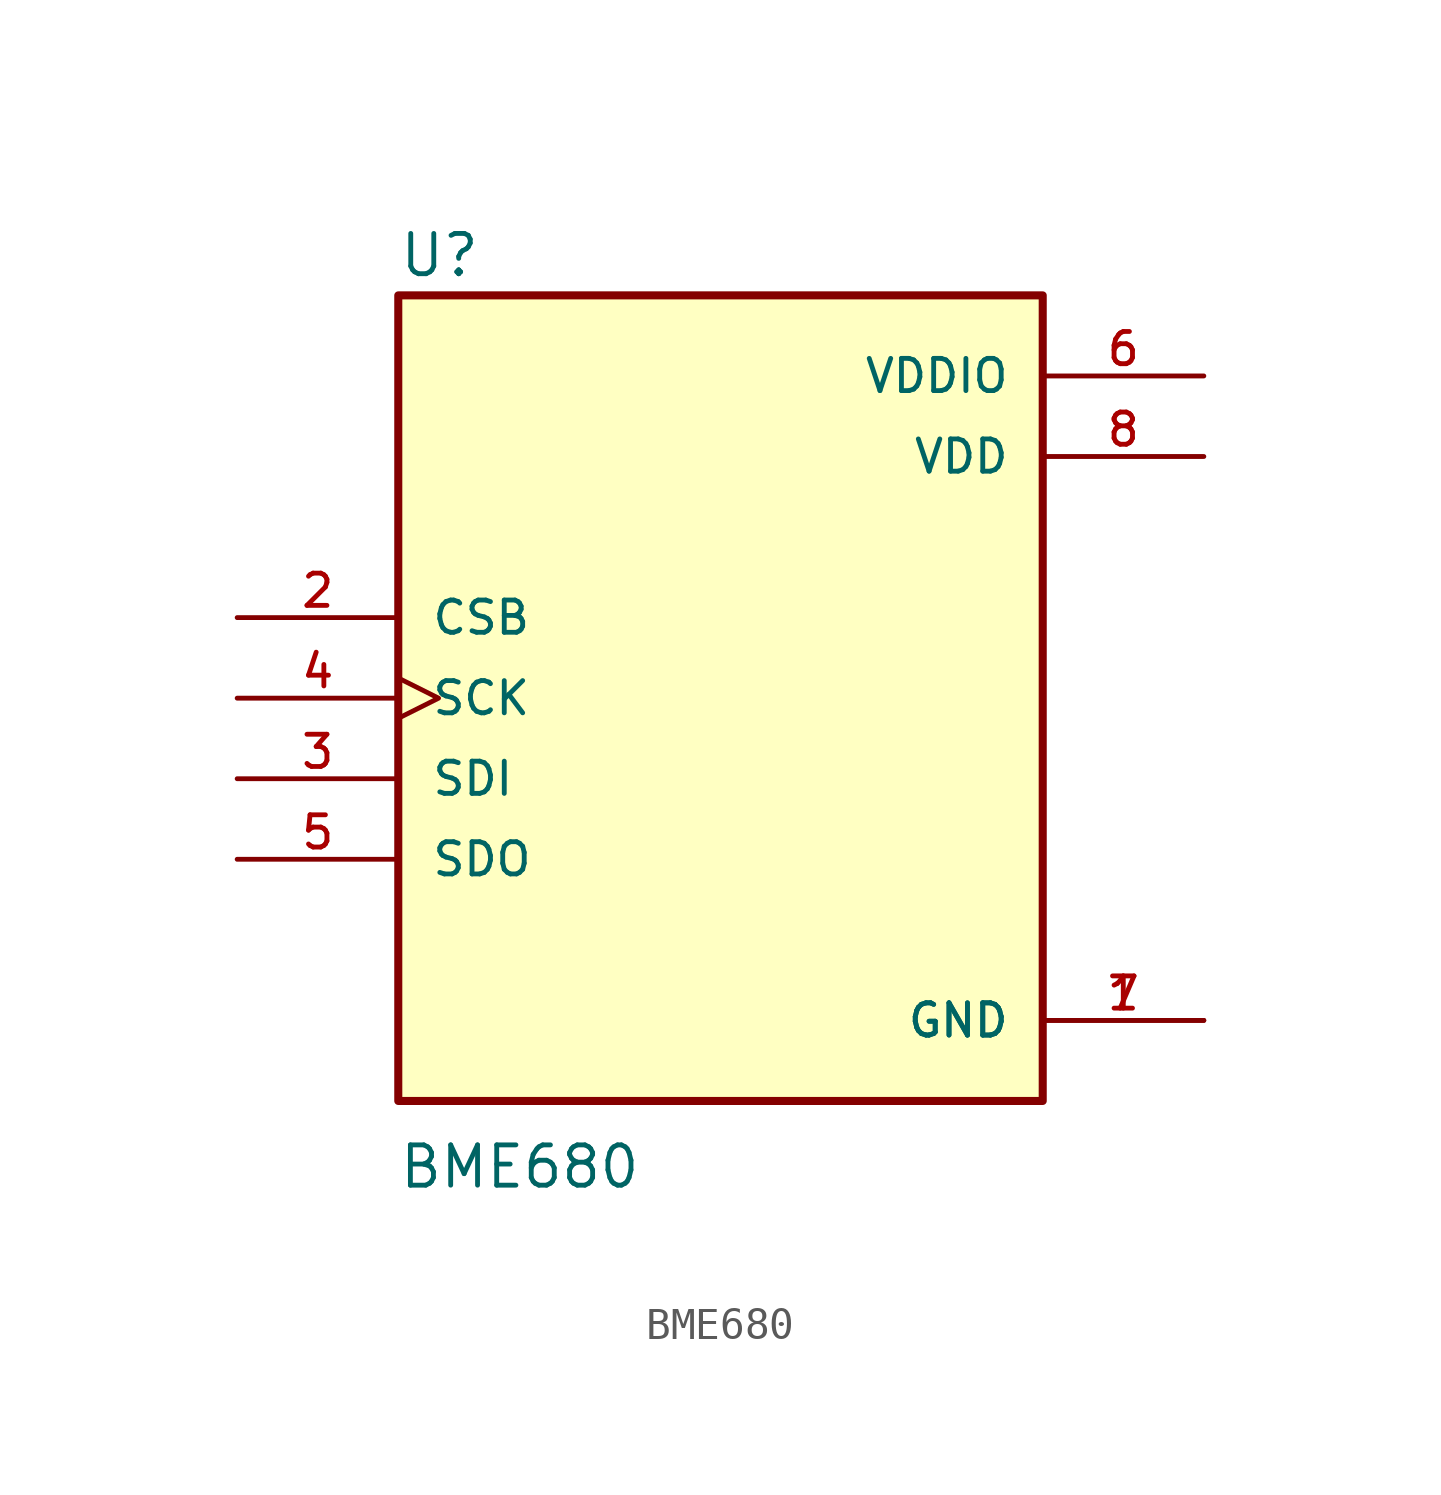
<source format=kicad_sym>
(kicad_symbol_lib
  (version 20211014)
  (generator kicad_symbol_editor)
  (symbol "BME680"
    (pin_names
      (offset 1.016))
    (property "Reference" "U"
      (at -10.169 13.22 0)
      (effects (font (size 1.27 1.27)) (justify bottom left)))
    (property "Value" "BME680"
      (at -10.18 -15.519 0)
      (effects (font (size 1.27 1.27)) (justify bottom left)))
    (symbol "BME680_0_0"
      (rectangle (start -10.16 -12.7) (end 10.16 12.7) (stroke (width 0.254)) (fill (type background)))
      (pin input line (at -15.24 2.54 0) (length 5.08) (name "CSB" (effects (font (size 1.016 1.016)))) (number "2" (effects (font (size 1.016 1.016)))))
      (pin bidirectional line (at -15.24 -2.54 0) (length 5.08) (name "SDI" (effects (font (size 1.016 1.016)))) (number "3" (effects (font (size 1.016 1.016)))))
      (pin input clock (at -15.24 0.0 0) (length 5.08) (name "SCK" (effects (font (size 1.016 1.016)))) (number "4" (effects (font (size 1.016 1.016)))))
      (pin bidirectional line (at -15.24 -5.08 0) (length 5.08) (name "SDO" (effects (font (size 1.016 1.016)))) (number "5" (effects (font (size 1.016 1.016)))))
      (pin power_in line (at 15.24 10.16 180.0) (length 5.08) (name "VDDIO" (effects (font (size 1.016 1.016)))) (number "6" (effects (font (size 1.016 1.016)))))
      (pin power_in line (at 15.24 -10.16 180.0) (length 5.08) (name "GND" (effects (font (size 1.016 1.016)))) (number "1" (effects (font (size 1.016 1.016)))))
      (pin power_in line (at 15.24 -10.16 180.0) (length 5.08) (name "GND" (effects (font (size 1.016 1.016)))) (number "7" (effects (font (size 1.016 1.016)))))
      (pin power_in line (at 15.24 7.62 180.0) (length 5.08) (name "VDD" (effects (font (size 1.016 1.016)))) (number "8" (effects (font (size 1.016 1.016))))))))
</source>
